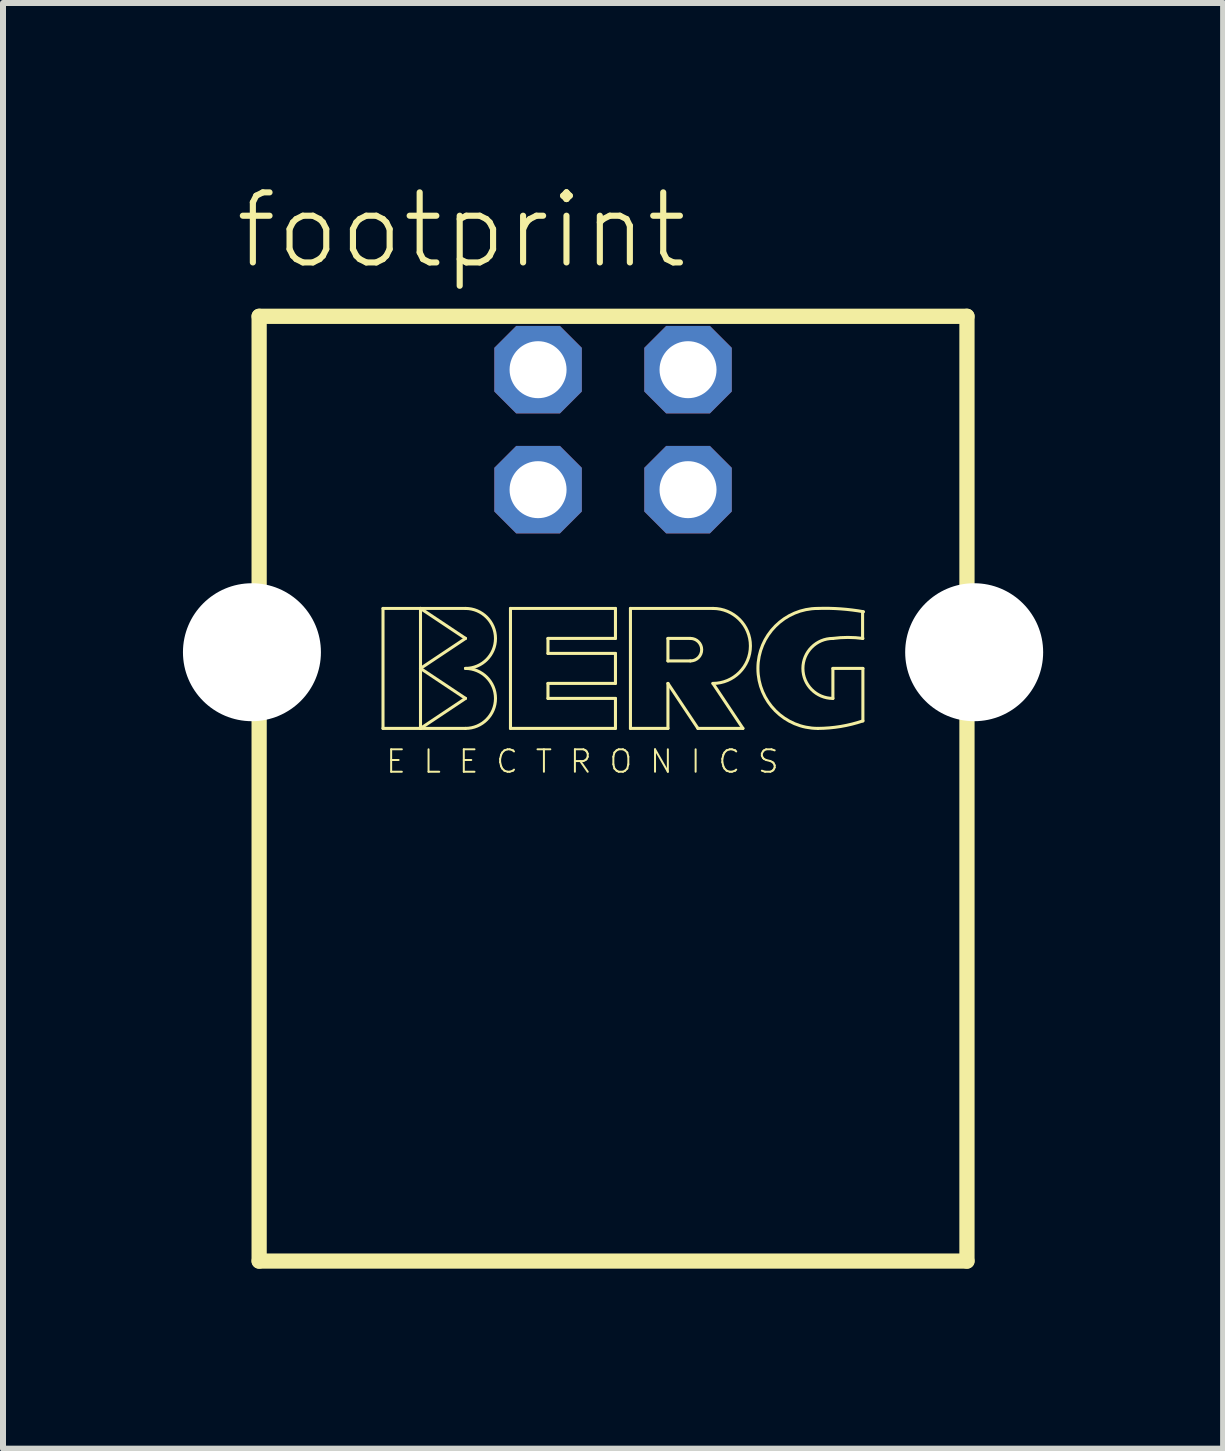
<source format=kicad_pcb>
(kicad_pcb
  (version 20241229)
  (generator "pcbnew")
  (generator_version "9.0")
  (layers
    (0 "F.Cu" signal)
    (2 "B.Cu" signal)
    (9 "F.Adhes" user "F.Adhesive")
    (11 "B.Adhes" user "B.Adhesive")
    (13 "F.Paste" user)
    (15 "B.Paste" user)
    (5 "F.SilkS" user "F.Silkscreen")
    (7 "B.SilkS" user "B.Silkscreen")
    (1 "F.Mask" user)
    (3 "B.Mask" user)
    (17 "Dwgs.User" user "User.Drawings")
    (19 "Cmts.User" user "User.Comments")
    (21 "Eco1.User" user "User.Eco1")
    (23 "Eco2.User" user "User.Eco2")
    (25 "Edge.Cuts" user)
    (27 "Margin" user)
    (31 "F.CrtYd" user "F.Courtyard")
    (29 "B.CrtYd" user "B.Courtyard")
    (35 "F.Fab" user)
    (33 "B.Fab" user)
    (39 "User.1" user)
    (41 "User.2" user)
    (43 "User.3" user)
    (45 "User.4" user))
  (footprint "footprint"
    (layer "F.Cu")
    (at 7.17 7.823)
    (property "Reference" "footprint" (at -6.35 -6.35 0) (layer "F.SilkS") (effects (font (size 1.168 1.168) (thickness 0.102)) (justify left bottom)))
    (fp_line (start -5.9 -5.6) (end -5.9 10.15) (stroke (width 0.254) (type solid)) (layer "F.SilkS"))
    (fp_line (start -5.9 10.15) (end 5.9 10.15) (stroke (width 0.254) (type solid)) (layer "F.SilkS"))
    (fp_line (start -3.835 -0.73) (end -3.835 1.27) (stroke (width 0.051) (type solid)) (layer "F.SilkS"))
    (fp_line (start -3.835 1.27) (end -3.21 1.27) (stroke (width 0.051) (type solid)) (layer "F.SilkS"))
    (fp_line (start -3.21 -0.73) (end -3.835 -0.73) (stroke (width 0.051) (type solid)) (layer "F.SilkS"))
    (fp_line (start -3.21 -0.73) (end -2.46 -0.23) (stroke (width 0.051) (type solid)) (layer "F.SilkS"))
    (fp_line (start -3.21 0.27) (end -3.21 -0.73) (stroke (width 0.051) (type solid)) (layer "F.SilkS"))
    (fp_line (start -3.21 0.27) (end -2.46 0.77) (stroke (width 0.051) (type solid)) (layer "F.SilkS"))
    (fp_line (start -3.21 1.27) (end -3.21 0.27) (stroke (width 0.051) (type solid)) (layer "F.SilkS"))
    (fp_line (start -2.46 -0.73) (end -3.21 -0.73) (stroke (width 0.051) (type solid)) (layer "F.SilkS"))
    (fp_line (start -2.46 -0.23) (end -3.21 0.27) (stroke (width 0.051) (type solid)) (layer "F.SilkS"))
    (fp_line (start -2.46 0.77) (end -3.21 1.27) (stroke (width 0.051) (type solid)) (layer "F.SilkS"))
    (fp_line (start -2.46 1.27) (end -3.21 1.27) (stroke (width 0.051) (type solid)) (layer "F.SilkS"))
    (fp_line (start -1.71 -0.73) (end -1.71 1.27) (stroke (width 0.051) (type solid)) (layer "F.SilkS"))
    (fp_line (start -1.71 1.27) (end 0.04 1.27) (stroke (width 0.051) (type solid)) (layer "F.SilkS"))
    (fp_line (start -1.085 -0.23) (end 0.04 -0.23) (stroke (width 0.051) (type solid)) (layer "F.SilkS"))
    (fp_line (start -1.085 0.02) (end -1.085 -0.23) (stroke (width 0.051) (type solid)) (layer "F.SilkS"))
    (fp_line (start -1.085 0.52) (end 0.04 0.52) (stroke (width 0.051) (type solid)) (layer "F.SilkS"))
    (fp_line (start -1.085 0.77) (end -1.085 0.52) (stroke (width 0.051) (type solid)) (layer "F.SilkS"))
    (fp_line (start 0.04 -0.73) (end -1.71 -0.73) (stroke (width 0.051) (type solid)) (layer "F.SilkS"))
    (fp_line (start 0.04 -0.23) (end 0.04 -0.73) (stroke (width 0.051) (type solid)) (layer "F.SilkS"))
    (fp_line (start 0.04 0.02) (end -1.085 0.02) (stroke (width 0.051) (type solid)) (layer "F.SilkS"))
    (fp_line (start 0.04 0.52) (end 0.04 0.02) (stroke (width 0.051) (type solid)) (layer "F.SilkS"))
    (fp_line (start 0.04 0.77) (end -1.085 0.77) (stroke (width 0.051) (type solid)) (layer "F.SilkS"))
    (fp_line (start 0.04 1.27) (end 0.04 0.77) (stroke (width 0.051) (type solid)) (layer "F.SilkS"))
    (fp_line (start 0.29 -0.73) (end 0.29 1.27) (stroke (width 0.051) (type solid)) (layer "F.SilkS"))
    (fp_line (start 0.29 -0.73) (end 1.665 -0.73) (stroke (width 0.051) (type solid)) (layer "F.SilkS"))
    (fp_line (start 0.29 1.27) (end 0.915 1.27) (stroke (width 0.051) (type solid)) (layer "F.SilkS"))
    (fp_line (start 0.915 -0.23) (end 0.915 0.145) (stroke (width 0.051) (type solid)) (layer "F.SilkS"))
    (fp_line (start 0.915 -0.23) (end 1.29 -0.23) (stroke (width 0.051) (type solid)) (layer "F.SilkS"))
    (fp_line (start 0.915 0.145) (end 1.29 0.145) (stroke (width 0.051) (type solid)) (layer "F.SilkS"))
    (fp_line (start 0.915 0.52) (end 1.415 1.27) (stroke (width 0.051) (type solid)) (layer "F.SilkS"))
    (fp_line (start 0.915 1.27) (end 0.915 0.52) (stroke (width 0.051) (type solid)) (layer "F.SilkS"))
    (fp_line (start 1.415 1.27) (end 2.165 1.27) (stroke (width 0.051) (type solid)) (layer "F.SilkS"))
    (fp_line (start 2.165 1.27) (end 1.665 0.52) (stroke (width 0.051) (type solid)) (layer "F.SilkS"))
    (fp_line (start 3.665 0.27) (end 3.665 0.77) (stroke (width 0.051) (type solid)) (layer "F.SilkS"))
    (fp_line (start 3.665 0.27) (end 4.165 0.27) (stroke (width 0.051) (type solid)) (layer "F.SilkS"))
    (fp_line (start 4.16 -0.23) (end 4.16 -0.675) (stroke (width 0.051) (type solid)) (layer "F.SilkS"))
    (fp_line (start 4.165 0.27) (end 4.165 1.145) (stroke (width 0.051) (type solid)) (layer "F.SilkS"))
    (fp_line (start 5.9 -5.6) (end -5.9 -5.6) (stroke (width 0.254) (type solid)) (layer "F.SilkS"))
    (fp_line (start 5.9 10.15) (end 5.9 -5.6) (stroke (width 0.254) (type solid)) (layer "F.SilkS"))
    (fp_arc (start -2.46 -0.73) (mid -1.96 -0.23) (end -2.46 0.27) (stroke (width 0.0508) (type solid)) (layer "F.SilkS"))
    (fp_arc (start -2.46 0.27) (mid -1.96 0.77) (end -2.46 1.27) (stroke (width 0.0508) (type solid)) (layer "F.SilkS"))
    (fp_arc (start 1.29 -0.23) (mid 1.4775 -0.0425) (end 1.29 0.145) (stroke (width 0.0508) (type solid)) (layer "F.SilkS"))
    (fp_arc (start 1.665 -0.73) (mid 2.29 -0.105) (end 1.665 0.52) (stroke (width 0.0508) (type solid)) (layer "F.SilkS"))
    (fp_arc (start 3.415 -0.73) (mid 3.796448 -0.722513) (end 4.175 -0.675) (stroke (width 0.0508) (type solid)) (layer "F.SilkS"))
    (fp_arc (start 3.415 1.27) (mid 2.415 0.27) (end 3.415 -0.73) (stroke (width 0.0508) (type solid)) (layer "F.SilkS"))
    (fp_arc (start 3.665 -0.23) (mid 3.915 -0.246593) (end 4.165 -0.23) (stroke (width 0.0508) (type solid)) (layer "F.SilkS"))
    (fp_arc (start 3.665 0.77) (mid 3.165 0.27) (end 3.665 -0.23) (stroke (width 0.0508) (type solid)) (layer "F.SilkS"))
    (fp_arc (start 4.165 1.145) (mid 3.795035 1.23771) (end 3.415 1.27) (stroke (width 0.0508) (type solid)) (layer "F.SilkS"))
    (fp_text user "E L E C T R O N I C S" (at -3.81 2.04 0) (layer "F.SilkS") (effects (font (size 0.374 0.374) (thickness 0.033)) (justify left bottom)))
    (pad "" np_thru_hole circle (at -6.02 0) (size 2.3 2.3) (drill 2.3) (layers "*.Cu" "*.Mask"))
    (pad "" np_thru_hole circle (at 6.02 0) (size 2.3 2.3) (drill 2.3) (layers "*.Cu" "*.Mask"))
    (pad "1" thru_hole roundrect (at 1.25 -4.71) (size 1.458 1.458) (drill 0.95) (layers "*.Cu" "*.Mask") (roundrect_rratio 0.25) (chamfer_ratio 0.25) (chamfer top_left top_right bottom_left bottom_right))
    (pad "2" thru_hole roundrect (at -1.25 -4.71) (size 1.458 1.458) (drill 0.95) (layers "*.Cu" "*.Mask") (roundrect_rratio 0.25) (chamfer_ratio 0.25) (chamfer top_left top_right bottom_left bottom_right))
    (pad "3" thru_hole roundrect (at -1.25 -2.71) (size 1.458 1.458) (drill 0.95) (layers "*.Cu" "*.Mask") (roundrect_rratio 0.25) (chamfer_ratio 0.25) (chamfer top_left top_right bottom_left bottom_right))
    (pad "4" thru_hole roundrect (at 1.25 -2.71) (size 1.458 1.458) (drill 0.95) (layers "*.Cu" "*.Mask") (roundrect_rratio 0.25) (chamfer_ratio 0.25) (chamfer top_left top_right bottom_left bottom_right)))
  (gr_rect
    (start -3 -3)
    (end 17.34 21.1)
    (stroke (width 0.1) (type default))
    (fill no)
    (layer "Edge.Cuts")))
</source>
